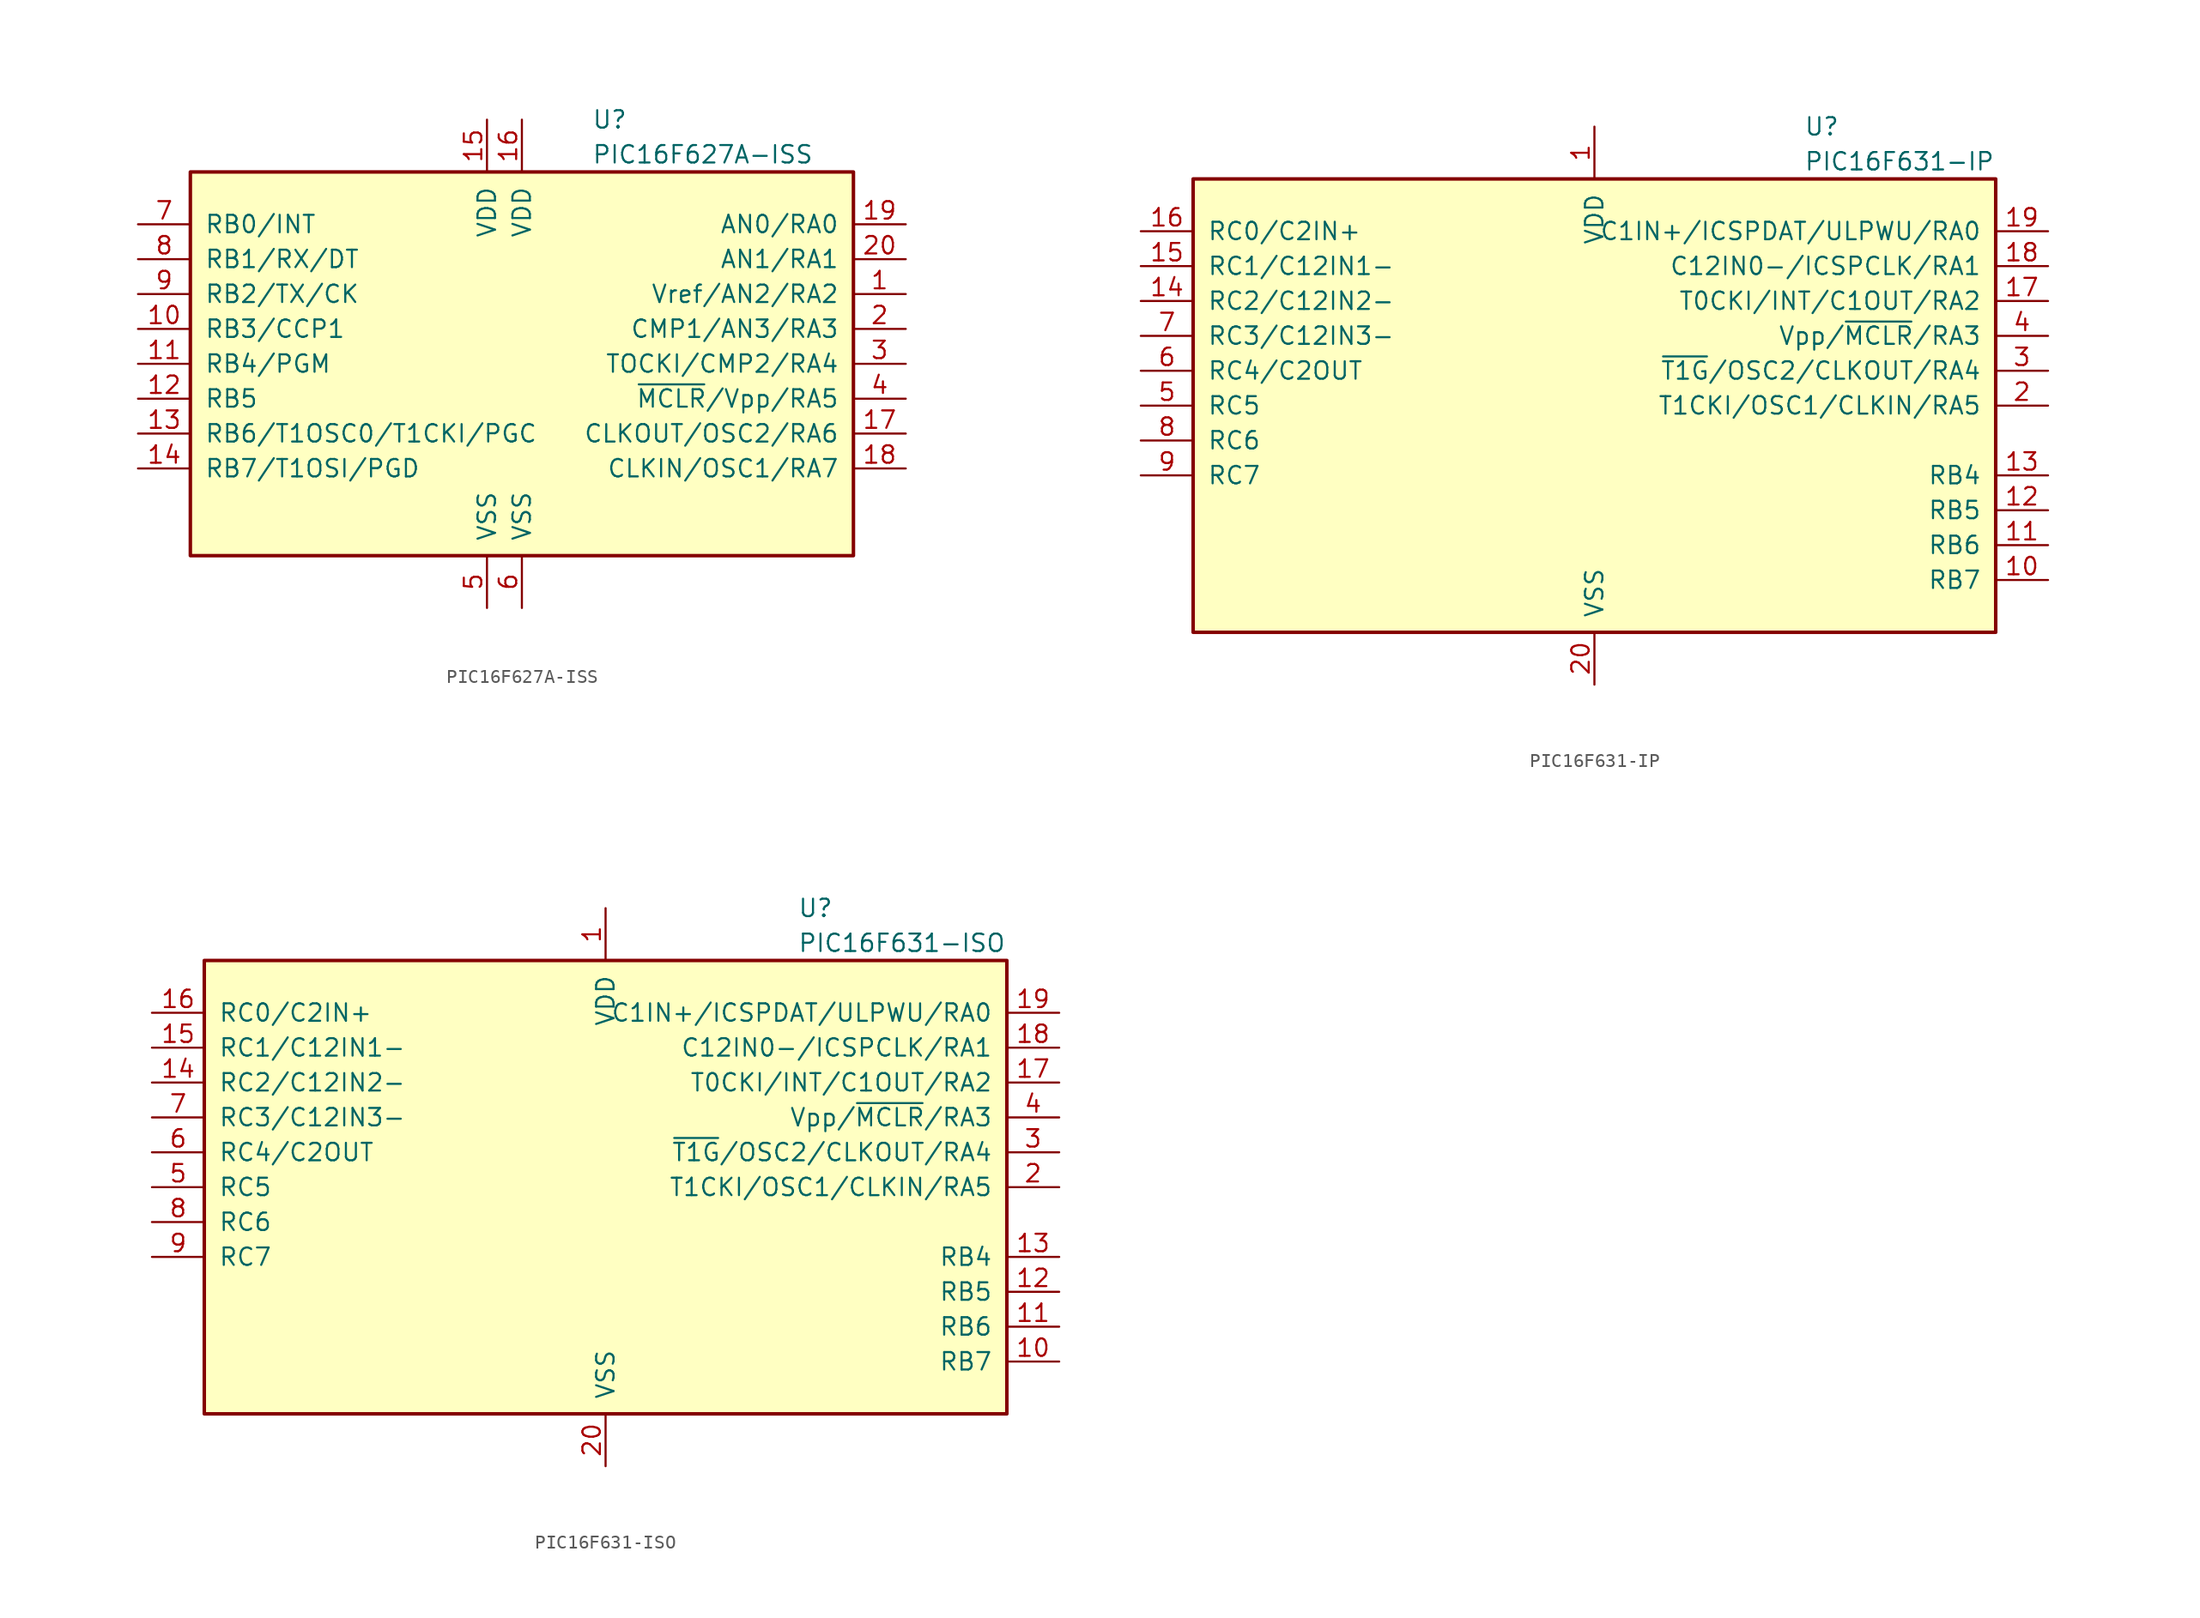
<source format=kicad_sym>
(kicad_symbol_lib
  (version 20201005)
  (generator kicad_symbol_editor)
  (symbol "MCU_Microchip_PIC16:PIC16F627A-ISS"
    (pin_names
      (offset 1.016))
    (property "Reference" "U"
      (at 5.08 17.78 0)
      (effects (font (size 1.27 1.27)) (justify left)))
    (property "Value" "PIC16F627A-ISS"
      (at 5.08 15.24 0)
      (effects (font (size 1.27 1.27)) (justify left)))
    (symbol "PIC16F627A-ISS_0_1"
      (rectangle (start 24.13 13.97) (end -24.13 -13.97) (stroke (width 0.254)) (fill (type background))))
    (symbol "PIC16F627A-ISS_1_1"
      (pin bidirectional line (at 27.94 5.08 180) (length 3.81) (name "Vref/AN2/RA2" (effects (font (size 1.27 1.27)))) (number "1" (effects (font (size 1.27 1.27)))))
      (pin bidirectional line (at -27.94 2.54 0) (length 3.81) (name "RB3/CCP1" (effects (font (size 1.27 1.27)))) (number "10" (effects (font (size 1.27 1.27)))))
      (pin bidirectional line (at -27.94 0 0) (length 3.81) (name "RB4/PGM" (effects (font (size 1.27 1.27)))) (number "11" (effects (font (size 1.27 1.27)))))
      (pin bidirectional line (at -27.94 -2.54 0) (length 3.81) (name "RB5" (effects (font (size 1.27 1.27)))) (number "12" (effects (font (size 1.27 1.27)))))
      (pin bidirectional line (at -27.94 -5.08 0) (length 3.81) (name "RB6/T1OSC0/T1CKI/PGC" (effects (font (size 1.27 1.27)))) (number "13" (effects (font (size 1.27 1.27)))))
      (pin bidirectional line (at -27.94 -7.62 0) (length 3.81) (name "RB7/T1OSI/PGD" (effects (font (size 1.27 1.27)))) (number "14" (effects (font (size 1.27 1.27)))))
      (pin power_in line (at -2.54 17.78 270) (length 3.81) (name "VDD" (effects (font (size 1.27 1.27)))) (number "15" (effects (font (size 1.27 1.27)))))
      (pin power_in line (at 0 17.78 270) (length 3.81) (name "VDD" (effects (font (size 1.27 1.27)))) (number "16" (effects (font (size 1.27 1.27)))))
      (pin bidirectional line (at 27.94 -5.08 180) (length 3.81) (name "CLKOUT/OSC2/RA6" (effects (font (size 1.27 1.27)))) (number "17" (effects (font (size 1.27 1.27)))))
      (pin bidirectional line (at 27.94 -7.62 180) (length 3.81) (name "CLKIN/OSC1/RA7" (effects (font (size 1.27 1.27)))) (number "18" (effects (font (size 1.27 1.27)))))
      (pin bidirectional line (at 27.94 10.16 180) (length 3.81) (name "AN0/RA0" (effects (font (size 1.27 1.27)))) (number "19" (effects (font (size 1.27 1.27)))))
      (pin bidirectional line (at 27.94 2.54 180) (length 3.81) (name "CMP1/AN3/RA3" (effects (font (size 1.27 1.27)))) (number "2" (effects (font (size 1.27 1.27)))))
      (pin bidirectional line (at 27.94 7.62 180) (length 3.81) (name "AN1/RA1" (effects (font (size 1.27 1.27)))) (number "20" (effects (font (size 1.27 1.27)))))
      (pin bidirectional line (at 27.94 0 180) (length 3.81) (name "TOCKI/CMP2/RA4" (effects (font (size 1.27 1.27)))) (number "3" (effects (font (size 1.27 1.27)))))
      (pin input line (at 27.94 -2.54 180) (length 3.81) (name "~MCLR~/Vpp/RA5" (effects (font (size 1.27 1.27)))) (number "4" (effects (font (size 1.27 1.27)))))
      (pin power_in line (at -2.54 -17.78 90) (length 3.81) (name "VSS" (effects (font (size 1.27 1.27)))) (number "5" (effects (font (size 1.27 1.27)))))
      (pin power_in line (at 0 -17.78 90) (length 3.81) (name "VSS" (effects (font (size 1.27 1.27)))) (number "6" (effects (font (size 1.27 1.27)))))
      (pin bidirectional line (at -27.94 10.16 0) (length 3.81) (name "RB0/INT" (effects (font (size 1.27 1.27)))) (number "7" (effects (font (size 1.27 1.27)))))
      (pin bidirectional line (at -27.94 7.62 0) (length 3.81) (name "RB1/RX/DT" (effects (font (size 1.27 1.27)))) (number "8" (effects (font (size 1.27 1.27)))))
      (pin bidirectional line (at -27.94 5.08 0) (length 3.81) (name "RB2/TX/CK" (effects (font (size 1.27 1.27)))) (number "9" (effects (font (size 1.27 1.27)))))))
  (symbol "MCU_Microchip_PIC16:PIC16F631-IP"
    (pin_names
      (offset 1.016))
    (property "Reference" "U"
      (at 15.24 20.32 0)
      (effects (font (size 1.27 1.27)) (justify left)))
    (property "Value" "PIC16F631-IP"
      (at 15.24 17.78 0)
      (effects (font (size 1.27 1.27)) (justify left)))
    (symbol "PIC16F631-IP_0_1"
      (rectangle (start -29.21 16.51) (end 29.21 -16.51) (stroke (width 0.254)) (fill (type background))))
    (symbol "PIC16F631-IP_1_1"
      (pin power_in line (at 0 20.32 270) (length 3.81) (name "VDD" (effects (font (size 1.27 1.27)))) (number "1" (effects (font (size 1.27 1.27)))))
      (pin bidirectional line (at 33.02 -12.7 180) (length 3.81) (name "RB7" (effects (font (size 1.27 1.27)))) (number "10" (effects (font (size 1.27 1.27)))))
      (pin bidirectional line (at 33.02 -10.16 180) (length 3.81) (name "RB6" (effects (font (size 1.27 1.27)))) (number "11" (effects (font (size 1.27 1.27)))))
      (pin bidirectional line (at 33.02 -7.62 180) (length 3.81) (name "RB5" (effects (font (size 1.27 1.27)))) (number "12" (effects (font (size 1.27 1.27)))))
      (pin bidirectional line (at 33.02 -5.08 180) (length 3.81) (name "RB4" (effects (font (size 1.27 1.27)))) (number "13" (effects (font (size 1.27 1.27)))))
      (pin bidirectional line (at -33.02 7.62 0) (length 3.81) (name "RC2/C12IN2-" (effects (font (size 1.27 1.27)))) (number "14" (effects (font (size 1.27 1.27)))))
      (pin bidirectional line (at -33.02 10.16 0) (length 3.81) (name "RC1/C12IN1-" (effects (font (size 1.27 1.27)))) (number "15" (effects (font (size 1.27 1.27)))))
      (pin bidirectional line (at -33.02 12.7 0) (length 3.81) (name "RC0/C2IN+" (effects (font (size 1.27 1.27)))) (number "16" (effects (font (size 1.27 1.27)))))
      (pin bidirectional line (at 33.02 7.62 180) (length 3.81) (name "T0CKI/INT/C1OUT/RA2" (effects (font (size 1.27 1.27)))) (number "17" (effects (font (size 1.27 1.27)))))
      (pin bidirectional line (at 33.02 10.16 180) (length 3.81) (name "C12IN0-/ICSPCLK/RA1" (effects (font (size 1.27 1.27)))) (number "18" (effects (font (size 1.27 1.27)))))
      (pin bidirectional line (at 33.02 12.7 180) (length 3.81) (name "C1IN+/ICSPDAT/ULPWU/RA0" (effects (font (size 1.27 1.27)))) (number "19" (effects (font (size 1.27 1.27)))))
      (pin bidirectional line (at 33.02 0 180) (length 3.81) (name "T1CKI/OSC1/CLKIN/RA5" (effects (font (size 1.27 1.27)))) (number "2" (effects (font (size 1.27 1.27)))))
      (pin power_in line (at 0 -20.32 90) (length 3.81) (name "VSS" (effects (font (size 1.27 1.27)))) (number "20" (effects (font (size 1.27 1.27)))))
      (pin bidirectional line (at 33.02 2.54 180) (length 3.81) (name "~T1G~/OSC2/CLKOUT/RA4" (effects (font (size 1.27 1.27)))) (number "3" (effects (font (size 1.27 1.27)))))
      (pin input line (at 33.02 5.08 180) (length 3.81) (name "Vpp/~MCLR~/RA3" (effects (font (size 1.27 1.27)))) (number "4" (effects (font (size 1.27 1.27)))))
      (pin bidirectional line (at -33.02 0 0) (length 3.81) (name "RC5" (effects (font (size 1.27 1.27)))) (number "5" (effects (font (size 1.27 1.27)))))
      (pin bidirectional line (at -33.02 2.54 0) (length 3.81) (name "RC4/C2OUT" (effects (font (size 1.27 1.27)))) (number "6" (effects (font (size 1.27 1.27)))))
      (pin bidirectional line (at -33.02 5.08 0) (length 3.81) (name "RC3/C12IN3-" (effects (font (size 1.27 1.27)))) (number "7" (effects (font (size 1.27 1.27)))))
      (pin bidirectional line (at -33.02 -2.54 0) (length 3.81) (name "RC6" (effects (font (size 1.27 1.27)))) (number "8" (effects (font (size 1.27 1.27)))))
      (pin bidirectional line (at -33.02 -5.08 0) (length 3.81) (name "RC7" (effects (font (size 1.27 1.27)))) (number "9" (effects (font (size 1.27 1.27)))))))
  (symbol "MCU_Microchip_PIC16:PIC16F631-ISO"
    (pin_names
      (offset 1.016))
    (property "Reference" "U"
      (at 13.97 20.32 0)
      (effects (font (size 1.27 1.27)) (justify left)))
    (property "Value" "PIC16F631-ISO"
      (at 13.97 17.78 0)
      (effects (font (size 1.27 1.27)) (justify left)))
    (symbol "PIC16F631-ISO_0_1"
      (rectangle (start -29.21 16.51) (end 29.21 -16.51) (stroke (width 0.254)) (fill (type background))))
    (symbol "PIC16F631-ISO_1_1"
      (pin power_in line (at 0 20.32 270) (length 3.81) (name "VDD" (effects (font (size 1.27 1.27)))) (number "1" (effects (font (size 1.27 1.27)))))
      (pin bidirectional line (at 33.02 -12.7 180) (length 3.81) (name "RB7" (effects (font (size 1.27 1.27)))) (number "10" (effects (font (size 1.27 1.27)))))
      (pin bidirectional line (at 33.02 -10.16 180) (length 3.81) (name "RB6" (effects (font (size 1.27 1.27)))) (number "11" (effects (font (size 1.27 1.27)))))
      (pin bidirectional line (at 33.02 -7.62 180) (length 3.81) (name "RB5" (effects (font (size 1.27 1.27)))) (number "12" (effects (font (size 1.27 1.27)))))
      (pin bidirectional line (at 33.02 -5.08 180) (length 3.81) (name "RB4" (effects (font (size 1.27 1.27)))) (number "13" (effects (font (size 1.27 1.27)))))
      (pin bidirectional line (at -33.02 7.62 0) (length 3.81) (name "RC2/C12IN2-" (effects (font (size 1.27 1.27)))) (number "14" (effects (font (size 1.27 1.27)))))
      (pin bidirectional line (at -33.02 10.16 0) (length 3.81) (name "RC1/C12IN1-" (effects (font (size 1.27 1.27)))) (number "15" (effects (font (size 1.27 1.27)))))
      (pin bidirectional line (at -33.02 12.7 0) (length 3.81) (name "RC0/C2IN+" (effects (font (size 1.27 1.27)))) (number "16" (effects (font (size 1.27 1.27)))))
      (pin bidirectional line (at 33.02 7.62 180) (length 3.81) (name "T0CKI/INT/C1OUT/RA2" (effects (font (size 1.27 1.27)))) (number "17" (effects (font (size 1.27 1.27)))))
      (pin bidirectional line (at 33.02 10.16 180) (length 3.81) (name "C12IN0-/ICSPCLK/RA1" (effects (font (size 1.27 1.27)))) (number "18" (effects (font (size 1.27 1.27)))))
      (pin bidirectional line (at 33.02 12.7 180) (length 3.81) (name "C1IN+/ICSPDAT/ULPWU/RA0" (effects (font (size 1.27 1.27)))) (number "19" (effects (font (size 1.27 1.27)))))
      (pin bidirectional line (at 33.02 0 180) (length 3.81) (name "T1CKI/OSC1/CLKIN/RA5" (effects (font (size 1.27 1.27)))) (number "2" (effects (font (size 1.27 1.27)))))
      (pin power_in line (at 0 -20.32 90) (length 3.81) (name "VSS" (effects (font (size 1.27 1.27)))) (number "20" (effects (font (size 1.27 1.27)))))
      (pin bidirectional line (at 33.02 2.54 180) (length 3.81) (name "~T1G~/OSC2/CLKOUT/RA4" (effects (font (size 1.27 1.27)))) (number "3" (effects (font (size 1.27 1.27)))))
      (pin input line (at 33.02 5.08 180) (length 3.81) (name "Vpp/~MCLR~/RA3" (effects (font (size 1.27 1.27)))) (number "4" (effects (font (size 1.27 1.27)))))
      (pin bidirectional line (at -33.02 0 0) (length 3.81) (name "RC5" (effects (font (size 1.27 1.27)))) (number "5" (effects (font (size 1.27 1.27)))))
      (pin bidirectional line (at -33.02 2.54 0) (length 3.81) (name "RC4/C2OUT" (effects (font (size 1.27 1.27)))) (number "6" (effects (font (size 1.27 1.27)))))
      (pin bidirectional line (at -33.02 5.08 0) (length 3.81) (name "RC3/C12IN3-" (effects (font (size 1.27 1.27)))) (number "7" (effects (font (size 1.27 1.27)))))
      (pin bidirectional line (at -33.02 -2.54 0) (length 3.81) (name "RC6" (effects (font (size 1.27 1.27)))) (number "8" (effects (font (size 1.27 1.27)))))
      (pin bidirectional line (at -33.02 -5.08 0) (length 3.81) (name "RC7" (effects (font (size 1.27 1.27)))) (number "9" (effects (font (size 1.27 1.27))))))))
</source>
